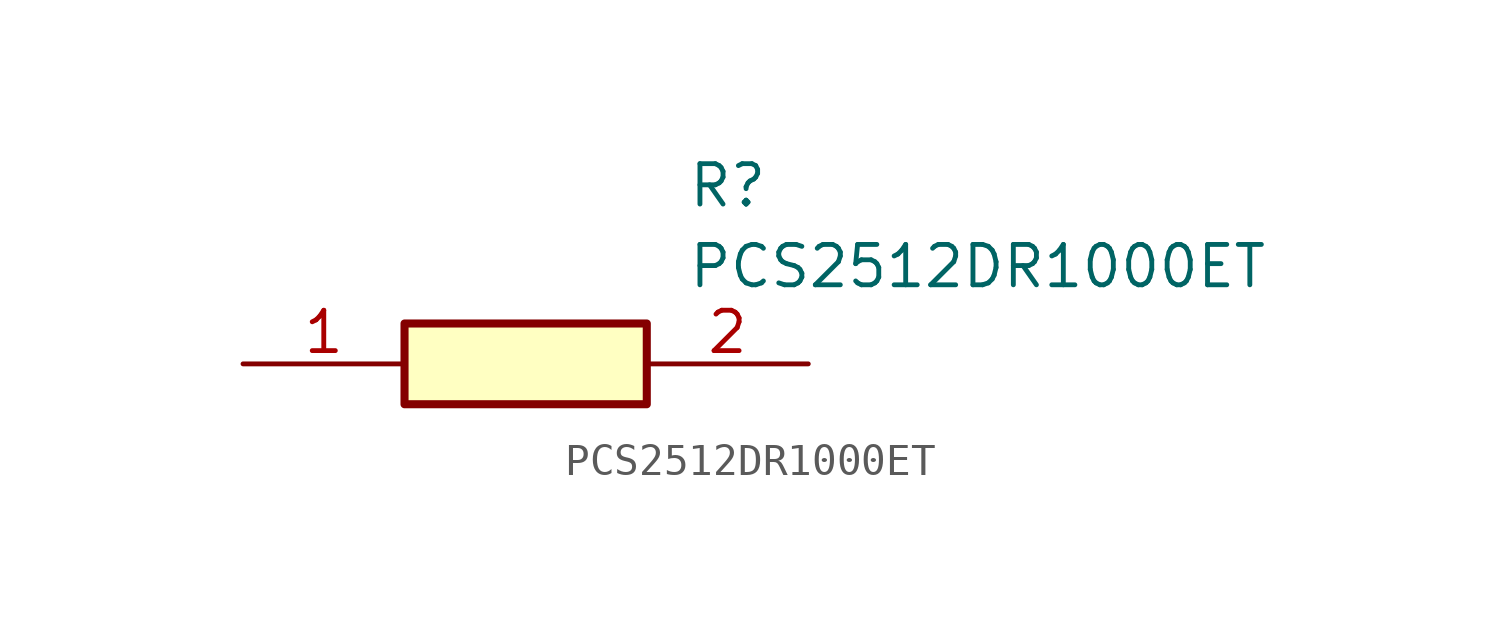
<source format=kicad_sym>
(kicad_symbol_lib
  (version 20211014)
  (generator SamacSys_ECAD_Model)
  (symbol "PCS2512DR1000ET"
    (pin_names hide)
    (property "Reference" "R"
      (at 13.97 6.35 0)
      (effects (font (size 1.27 1.27)) (justify left top)))
    (property "Value" "PCS2512DR1000ET"
      (at 13.97 3.81 0)
      (effects (font (size 1.27 1.27)) (justify left top)))
    (rectangle
      (start 5.08 1.27)
      (end 12.7 -1.27)
      (stroke (width 0.254) (type default))
      (fill (type background)))
    (pin passive line
      (at 0 0 0)
      (length 5.08)
      (name "1" (effects (font (size 1.27 1.27))))
      (number "1" (effects (font (size 1.27 1.27)))))
    (pin passive line
      (at 17.78 0 180)
      (length 5.08)
      (name "2" (effects (font (size 1.27 1.27))))
      (number "2" (effects (font (size 1.27 1.27)))))))
</source>
